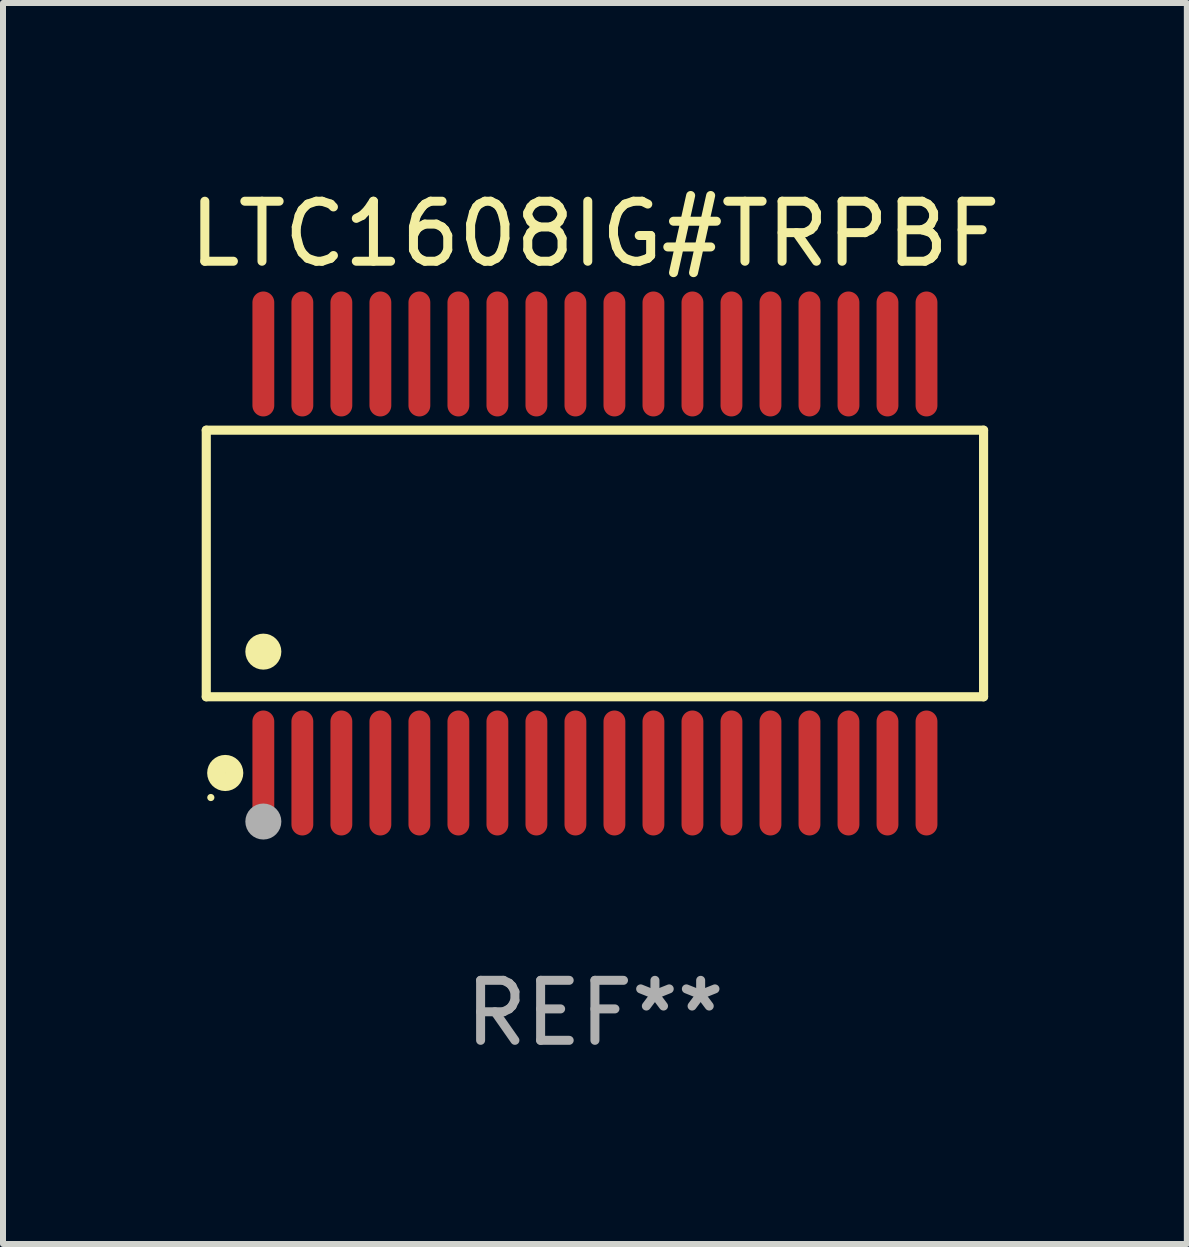
<source format=kicad_pcb>
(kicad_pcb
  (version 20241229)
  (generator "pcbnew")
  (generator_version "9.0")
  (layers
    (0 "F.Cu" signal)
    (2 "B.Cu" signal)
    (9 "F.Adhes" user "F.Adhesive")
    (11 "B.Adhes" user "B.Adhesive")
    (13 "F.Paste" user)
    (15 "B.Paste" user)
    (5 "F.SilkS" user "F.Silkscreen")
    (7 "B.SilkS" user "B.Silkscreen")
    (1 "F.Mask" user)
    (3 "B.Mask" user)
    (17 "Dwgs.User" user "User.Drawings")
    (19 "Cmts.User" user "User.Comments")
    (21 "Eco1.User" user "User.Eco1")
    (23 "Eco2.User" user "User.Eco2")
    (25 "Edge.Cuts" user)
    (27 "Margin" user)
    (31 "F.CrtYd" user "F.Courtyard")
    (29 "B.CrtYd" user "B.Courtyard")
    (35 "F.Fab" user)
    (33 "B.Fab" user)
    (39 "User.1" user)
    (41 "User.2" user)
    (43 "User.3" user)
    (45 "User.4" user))
  (footprint "LTC1608IG#TRPBF"
    (layer "F.Cu")
    (at 6.863 6.339)
    (property "Reference" "LTC1608IG#TRPBF" (at 0 -5.491 0) (layer "F.SilkS") (effects (font (size 1 1) (thickness 0.15))))
    (attr through_hole)
    (fp_line (start -6.476 -2.221) (end 6.476 -2.221) (stroke (width 0.152) (type solid)) (layer "F.SilkS"))
    (fp_line (start -6.476 2.221) (end -6.476 -2.221) (stroke (width 0.152) (type solid)) (layer "F.SilkS"))
    (fp_line (start 6.476 -2.221) (end 6.476 2.221) (stroke (width 0.152) (type solid)) (layer "F.SilkS"))
    (fp_line (start 6.476 2.221) (end -6.476 2.221) (stroke (width 0.152) (type solid)) (layer "F.SilkS"))
    (fp_circle (center -6.4 3.9) (end -6.37 3.9) (stroke (width 0.06) (type solid)) (fill no) (layer "F.SilkS"))
    (fp_circle (center -6.16 3.491) (end -6.009 3.491) (stroke (width 0.3) (type solid)) (fill no) (layer "F.SilkS"))
    (fp_circle (center -5.525 1.469) (end -5.375 1.469) (stroke (width 0.3) (type solid)) (fill no) (layer "F.SilkS"))
    (fp_circle (center -5.525 4.3) (end -5.375 4.3) (stroke (width 0.3) (type solid)) (fill no) (layer "F.Fab"))
    (fp_text user "REF**" (at 0 7.491 0) (layer "F.Fab") (effects (font (size 1 1) (thickness 0.15))))
    (pad "1" smd oval (at -5.525 3.491) (size 0.364 2.082) (layers "F.Cu" "F.Mask" "F.Paste"))
    (pad "2" smd oval (at -4.875 3.491) (size 0.364 2.082) (layers "F.Cu" "F.Mask" "F.Paste"))
    (pad "3" smd oval (at -4.225 3.491) (size 0.364 2.082) (layers "F.Cu" "F.Mask" "F.Paste"))
    (pad "4" smd oval (at -3.575 3.491) (size 0.364 2.082) (layers "F.Cu" "F.Mask" "F.Paste"))
    (pad "5" smd oval (at -2.925 3.491) (size 0.364 2.082) (layers "F.Cu" "F.Mask" "F.Paste"))
    (pad "6" smd oval (at -2.275 3.491) (size 0.364 2.082) (layers "F.Cu" "F.Mask" "F.Paste"))
    (pad "7" smd oval (at -1.625 3.491) (size 0.364 2.082) (layers "F.Cu" "F.Mask" "F.Paste"))
    (pad "8" smd oval (at -0.975 3.491) (size 0.364 2.082) (layers "F.Cu" "F.Mask" "F.Paste"))
    (pad "9" smd oval (at -0.325 3.491) (size 0.364 2.082) (layers "F.Cu" "F.Mask" "F.Paste"))
    (pad "10" smd oval (at 0.325 3.491) (size 0.364 2.082) (layers "F.Cu" "F.Mask" "F.Paste"))
    (pad "11" smd oval (at 0.975 3.491) (size 0.364 2.082) (layers "F.Cu" "F.Mask" "F.Paste"))
    (pad "12" smd oval (at 1.625 3.491) (size 0.364 2.082) (layers "F.Cu" "F.Mask" "F.Paste"))
    (pad "13" smd oval (at 2.275 3.491) (size 0.364 2.082) (layers "F.Cu" "F.Mask" "F.Paste"))
    (pad "14" smd oval (at 2.925 3.491) (size 0.364 2.082) (layers "F.Cu" "F.Mask" "F.Paste"))
    (pad "15" smd oval (at 3.575 3.491) (size 0.364 2.082) (layers "F.Cu" "F.Mask" "F.Paste"))
    (pad "16" smd oval (at 4.225 3.491) (size 0.364 2.082) (layers "F.Cu" "F.Mask" "F.Paste"))
    (pad "17" smd oval (at 4.875 3.491) (size 0.364 2.082) (layers "F.Cu" "F.Mask" "F.Paste"))
    (pad "18" smd oval (at 5.525 3.491) (size 0.364 2.082) (layers "F.Cu" "F.Mask" "F.Paste"))
    (pad "19" smd oval (at 5.525 -3.491) (size 0.364 2.082) (layers "F.Cu" "F.Mask" "F.Paste"))
    (pad "20" smd oval (at 4.875 -3.491) (size 0.364 2.082) (layers "F.Cu" "F.Mask" "F.Paste"))
    (pad "21" smd oval (at 4.225 -3.491) (size 0.364 2.082) (layers "F.Cu" "F.Mask" "F.Paste"))
    (pad "22" smd oval (at 3.575 -3.491) (size 0.364 2.082) (layers "F.Cu" "F.Mask" "F.Paste"))
    (pad "23" smd oval (at 2.925 -3.491) (size 0.364 2.082) (layers "F.Cu" "F.Mask" "F.Paste"))
    (pad "24" smd oval (at 2.275 -3.491) (size 0.364 2.082) (layers "F.Cu" "F.Mask" "F.Paste"))
    (pad "25" smd oval (at 1.625 -3.491) (size 0.364 2.082) (layers "F.Cu" "F.Mask" "F.Paste"))
    (pad "26" smd oval (at 0.975 -3.491) (size 0.364 2.082) (layers "F.Cu" "F.Mask" "F.Paste"))
    (pad "27" smd oval (at 0.325 -3.491) (size 0.364 2.082) (layers "F.Cu" "F.Mask" "F.Paste"))
    (pad "28" smd oval (at -0.325 -3.491) (size 0.364 2.082) (layers "F.Cu" "F.Mask" "F.Paste"))
    (pad "29" smd oval (at -0.975 -3.491) (size 0.364 2.082) (layers "F.Cu" "F.Mask" "F.Paste"))
    (pad "30" smd oval (at -1.625 -3.491) (size 0.364 2.082) (layers "F.Cu" "F.Mask" "F.Paste"))
    (pad "31" smd oval (at -2.275 -3.491) (size 0.364 2.082) (layers "F.Cu" "F.Mask" "F.Paste"))
    (pad "32" smd oval (at -2.925 -3.491) (size 0.364 2.082) (layers "F.Cu" "F.Mask" "F.Paste"))
    (pad "33" smd oval (at -3.575 -3.491) (size 0.364 2.082) (layers "F.Cu" "F.Mask" "F.Paste"))
    (pad "34" smd oval (at -4.225 -3.491) (size 0.364 2.082) (layers "F.Cu" "F.Mask" "F.Paste"))
    (pad "35" smd oval (at -4.875 -3.491) (size 0.364 2.082) (layers "F.Cu" "F.Mask" "F.Paste"))
    (pad "36" smd oval (at -5.525 -3.491) (size 0.364 2.082) (layers "F.Cu" "F.Mask" "F.Paste")))
  (gr_rect
    (start -3 -3)
    (end 16.726 17.678)
    (stroke (width 0.1) (type default))
    (fill no)
    (layer "Edge.Cuts")))
</source>
